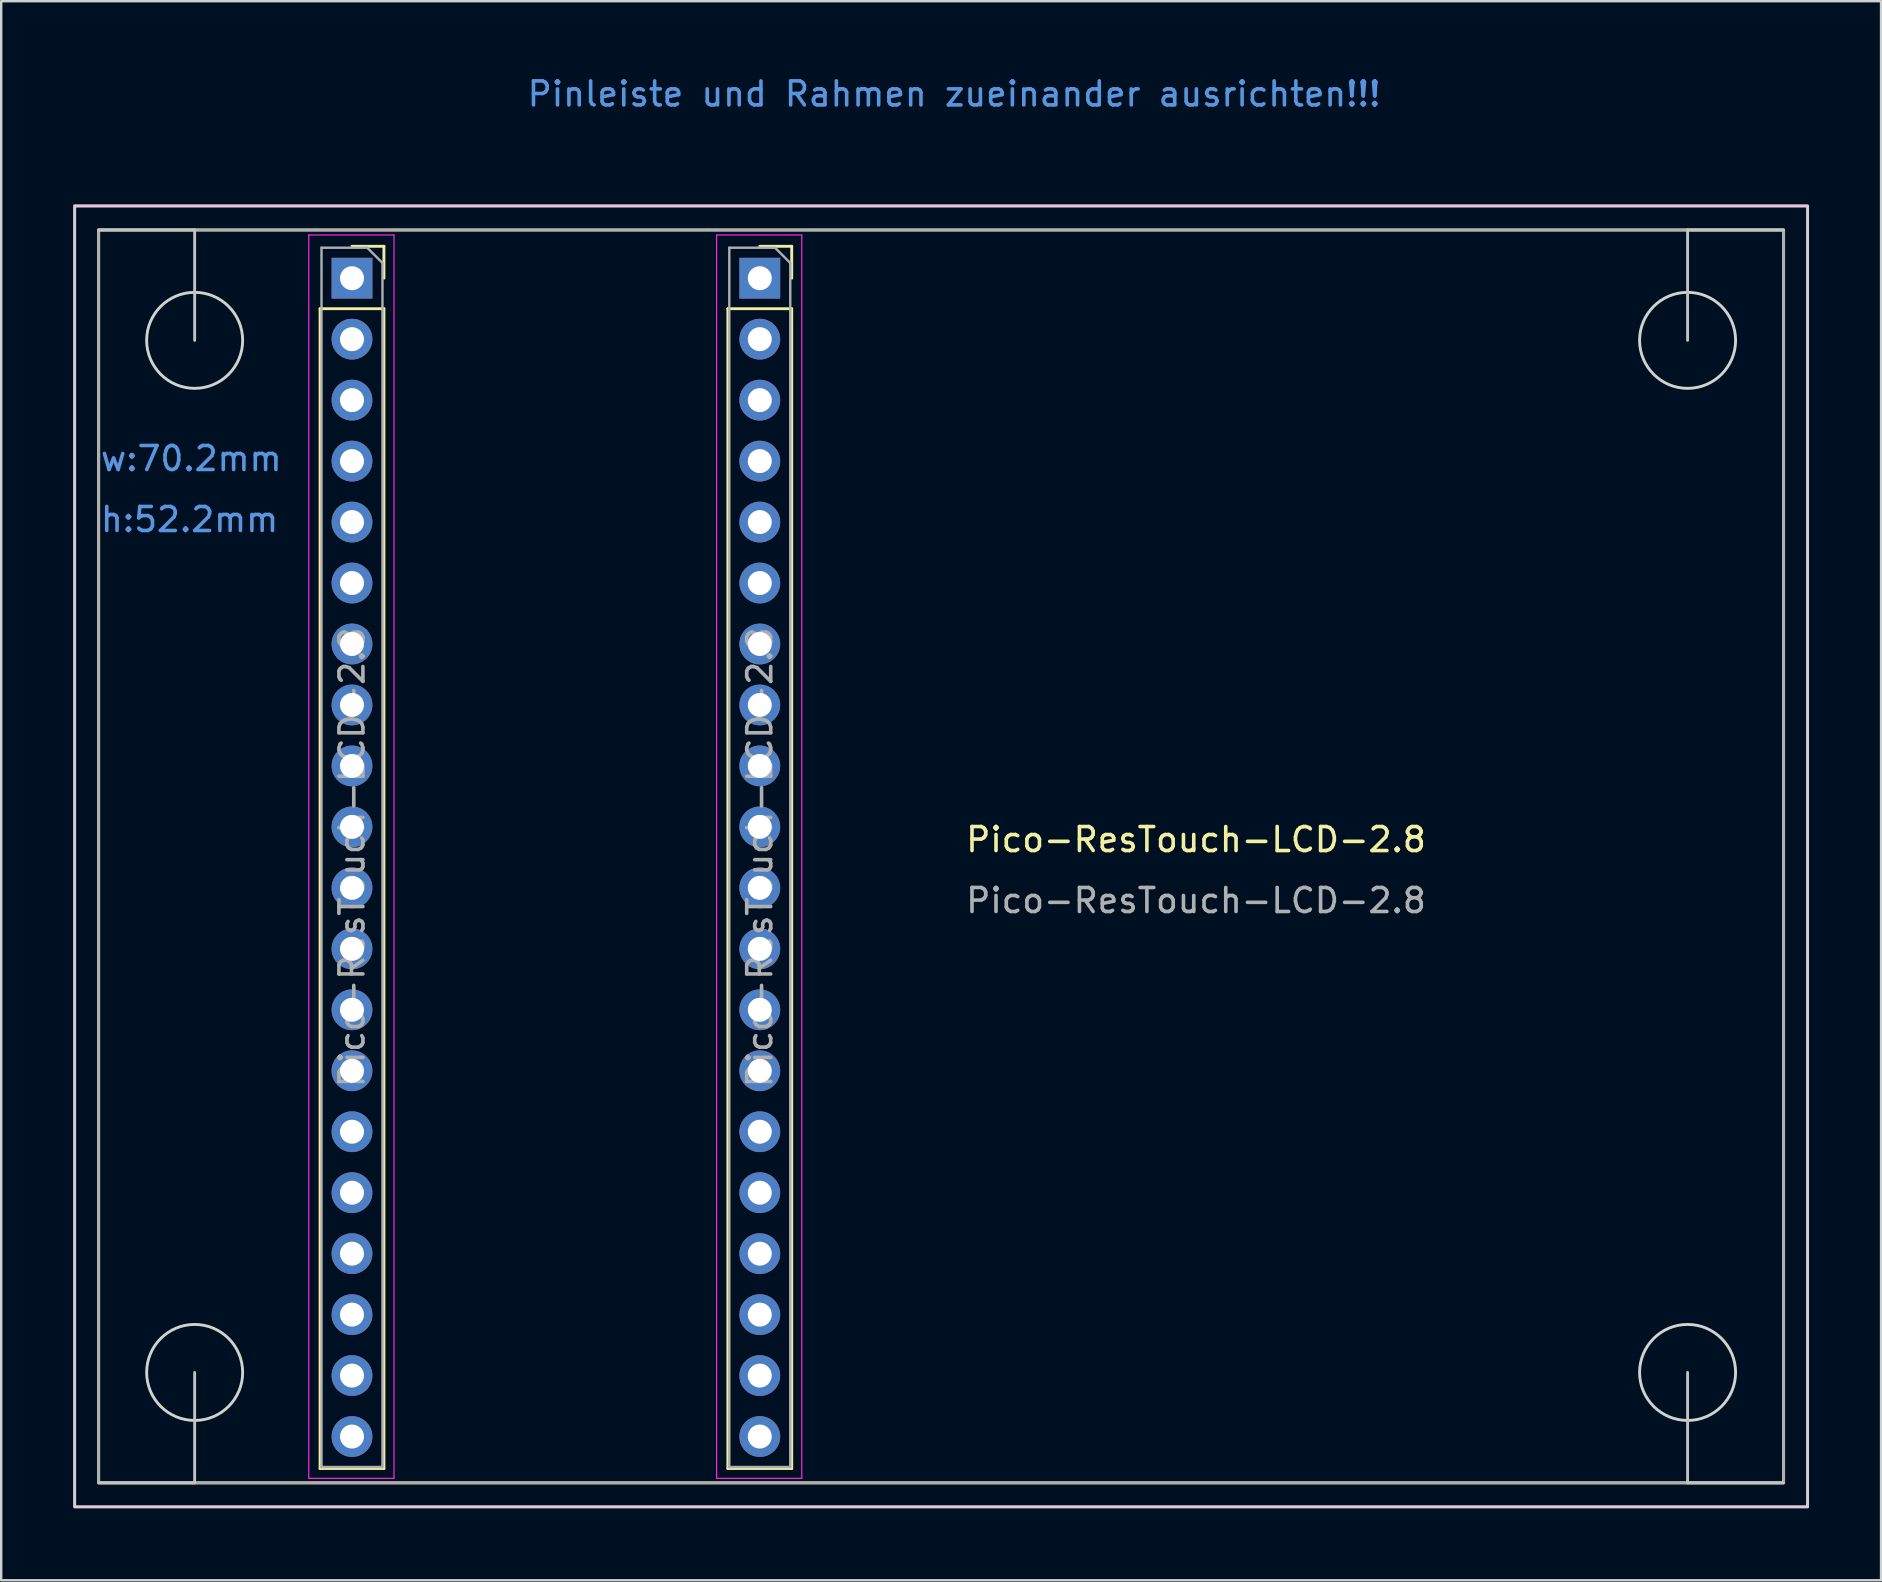
<source format=kicad_pcb>
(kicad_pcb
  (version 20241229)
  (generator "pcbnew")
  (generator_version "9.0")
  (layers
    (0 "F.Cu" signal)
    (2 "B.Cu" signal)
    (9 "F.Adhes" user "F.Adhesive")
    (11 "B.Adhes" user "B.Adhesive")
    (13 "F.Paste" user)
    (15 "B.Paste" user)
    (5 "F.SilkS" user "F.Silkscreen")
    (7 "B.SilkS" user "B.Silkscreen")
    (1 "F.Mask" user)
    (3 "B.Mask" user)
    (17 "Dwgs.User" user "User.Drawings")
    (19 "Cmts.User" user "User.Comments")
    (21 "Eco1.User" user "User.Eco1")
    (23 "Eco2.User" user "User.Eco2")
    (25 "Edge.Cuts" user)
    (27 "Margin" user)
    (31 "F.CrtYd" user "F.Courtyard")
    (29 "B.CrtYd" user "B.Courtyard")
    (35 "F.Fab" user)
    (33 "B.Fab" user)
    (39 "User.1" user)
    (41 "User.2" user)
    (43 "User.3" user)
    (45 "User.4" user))
  (footprint "Pico-ResTouch-LCD-2.8"
    (layer "F.Cu")
    (at 31.54 26.85)
    (property "Reference" "Pico-ResTouch-LCD-2.8" (at 15.24 5.08 0) (unlocked yes) (layer "F.SilkS") (effects (font (size 1 1) (thickness 0.15))))
    (attr through_hole)
    (fp_line (start -21.255 -17.039) (end -21.255 31.281) (stroke (width 0.12) (type solid)) (layer "F.SilkS"))
    (fp_line (start -21.255 -17.039) (end -18.595 -17.039) (stroke (width 0.12) (type solid)) (layer "F.SilkS"))
    (fp_line (start -21.255 31.281) (end -18.595 31.281) (stroke (width 0.12) (type solid)) (layer "F.SilkS"))
    (fp_line (start -19.925 -19.639) (end -18.595 -19.639) (stroke (width 0.12) (type solid)) (layer "F.SilkS"))
    (fp_line (start -18.595 -19.639) (end -18.595 -18.309) (stroke (width 0.12) (type solid)) (layer "F.SilkS"))
    (fp_line (start -18.595 -17.039) (end -18.595 31.281) (stroke (width 0.12) (type solid)) (layer "F.SilkS"))
    (fp_line (start -4.265 -17.039) (end -4.265 31.281) (stroke (width 0.12) (type solid)) (layer "F.SilkS"))
    (fp_line (start -4.265 -17.039) (end -1.605 -17.039) (stroke (width 0.12) (type solid)) (layer "F.SilkS"))
    (fp_line (start -4.265 31.281) (end -1.605 31.281) (stroke (width 0.12) (type solid)) (layer "F.SilkS"))
    (fp_line (start -2.935 -19.639) (end -1.605 -19.639) (stroke (width 0.12) (type solid)) (layer "F.SilkS"))
    (fp_line (start -1.605 -19.639) (end -1.605 -18.309) (stroke (width 0.12) (type solid)) (layer "F.SilkS"))
    (fp_line (start -1.605 -17.039) (end -1.605 31.281) (stroke (width 0.12) (type solid)) (layer "F.SilkS"))
    (fp_rect (start -30.48 -20.32) (end 39.72 31.88) (stroke (width 0.12) (type default)) (fill no) (layer "F.SilkS"))
    (fp_line (start -30.48 -20.32) (end -26.48 -20.32) (stroke (width 0.12) (type default)) (layer "Dwgs.User"))
    (fp_line (start -30.48 31.88) (end -26.48 31.88) (stroke (width 0.12) (type default)) (layer "Dwgs.User"))
    (fp_line (start -26.48 -20.32) (end -26.48 -15.72) (stroke (width 0.12) (type default)) (layer "Dwgs.User"))
    (fp_line (start -26.48 31.88) (end -26.48 27.28) (stroke (width 0.12) (type default)) (layer "Dwgs.User"))
    (fp_line (start 35.72 -20.32) (end 35.72 -15.72) (stroke (width 0.12) (type default)) (layer "Dwgs.User"))
    (fp_line (start 35.72 31.88) (end 35.72 27.28) (stroke (width 0.12) (type default)) (layer "Dwgs.User"))
    (fp_line (start 39.72 -20.32) (end 35.72 -20.32) (stroke (width 0.12) (type default)) (layer "Dwgs.User"))
    (fp_line (start 39.72 31.88) (end 35.72 31.88) (stroke (width 0.12) (type default)) (layer "Dwgs.User"))
    (fp_rect (start -31.48 -21.32) (end 40.72 32.88) (stroke (width 0.12) (type default)) (fill no) (layer "Edge.Cuts"))
    (fp_circle (center -26.48 -15.72) (end -24.48 -15.72) (stroke (width 0.12) (type default)) (fill no) (layer "Edge.Cuts"))
    (fp_circle (center -26.48 27.28) (end -24.48 27.28) (stroke (width 0.12) (type default)) (fill no) (layer "Edge.Cuts"))
    (fp_circle (center 35.72 -15.72) (end 37.72 -15.72) (stroke (width 0.12) (type default)) (fill no) (layer "Edge.Cuts"))
    (fp_circle (center 35.72 27.28) (end 37.72 27.28) (stroke (width 0.12) (type default)) (fill no) (layer "Edge.Cuts"))
    (fp_line (start -21.725 -20.109) (end -18.175 -20.109) (stroke (width 0.05) (type solid)) (layer "F.CrtYd"))
    (fp_line (start -21.725 31.691) (end -21.725 -20.109) (stroke (width 0.05) (type solid)) (layer "F.CrtYd"))
    (fp_line (start -18.175 -20.109) (end -18.175 31.691) (stroke (width 0.05) (type solid)) (layer "F.CrtYd"))
    (fp_line (start -18.175 31.691) (end -21.725 31.691) (stroke (width 0.05) (type solid)) (layer "F.CrtYd"))
    (fp_line (start -4.735 -20.109) (end -1.185 -20.109) (stroke (width 0.05) (type solid)) (layer "F.CrtYd"))
    (fp_line (start -4.735 31.691) (end -4.735 -20.109) (stroke (width 0.05) (type solid)) (layer "F.CrtYd"))
    (fp_line (start -1.185 -20.109) (end -1.185 31.691) (stroke (width 0.05) (type solid)) (layer "F.CrtYd"))
    (fp_line (start -1.185 31.691) (end -4.735 31.691) (stroke (width 0.05) (type solid)) (layer "F.CrtYd"))
    (fp_rect (start -31.48 -21.32) (end 40.72 32.88) (stroke (width 0.12) (type default)) (fill no) (layer "F.CrtYd"))
    (fp_line (start -21.195 -19.579) (end -19.29 -19.579) (stroke (width 0.1) (type solid)) (layer "F.Fab"))
    (fp_line (start -21.195 31.221) (end -21.195 -19.579) (stroke (width 0.1) (type solid)) (layer "F.Fab"))
    (fp_line (start -19.29 -19.579) (end -18.655 -18.944) (stroke (width 0.1) (type solid)) (layer "F.Fab"))
    (fp_line (start -18.655 -18.944) (end -18.655 31.221) (stroke (width 0.1) (type solid)) (layer "F.Fab"))
    (fp_line (start -18.655 31.221) (end -21.195 31.221) (stroke (width 0.1) (type solid)) (layer "F.Fab"))
    (fp_line (start -4.205 -19.579) (end -2.3 -19.579) (stroke (width 0.1) (type solid)) (layer "F.Fab"))
    (fp_line (start -4.205 31.221) (end -4.205 -19.579) (stroke (width 0.1) (type solid)) (layer "F.Fab"))
    (fp_line (start -2.3 -19.579) (end -1.665 -18.944) (stroke (width 0.1) (type solid)) (layer "F.Fab"))
    (fp_line (start -1.665 -18.944) (end -1.665 31.221) (stroke (width 0.1) (type solid)) (layer "F.Fab"))
    (fp_line (start -1.665 31.221) (end -4.205 31.221) (stroke (width 0.1) (type solid)) (layer "F.Fab"))
    (fp_rect (start -30.48 -20.32) (end 39.72 31.88) (stroke (width 0.12) (type default)) (fill no) (layer "F.Fab"))
    (fp_text user "w:70.2mm" (at -30.48 -10.21 0) (unlocked yes) (layer "Cmts.User") (effects (font (size 1 1) (thickness 0.15)) (justify left bottom)))
    (fp_text user "h:52.2mm" (at -30.48 -7.67 0) (unlocked yes) (layer "Cmts.User") (effects (font (size 1 1) (thickness 0.15)) (justify left bottom)))
    (fp_text user "Pinleiste und Rahmen zueinander ausrichten!!!" (at -12.7 -25.4 0) (unlocked yes) (layer "Cmts.User") (effects (font (size 1 1) (thickness 0.15)) (justify left bottom)))
    (fp_text user "${REFERENCE}" (at -2.935 5.821 90) (layer "F.Fab") (effects (font (size 1 1) (thickness 0.15))))
    (fp_text user "${REFERENCE}" (at -19.925 5.821 90) (layer "F.Fab") (effects (font (size 1 1) (thickness 0.15))))
    (fp_text user "${REFERENCE}" (at 15.24 7.62 0) (unlocked yes) (layer "F.Fab") (effects (font (size 1 1) (thickness 0.15))))
    (pad "1" thru_hole rect (at -19.925 -18.309) (size 1.7 1.7) (drill 1) (layers "*.Cu" "*.Mask"))
    (pad "1" thru_hole rect (at -2.935 -18.309) (size 1.7 1.7) (drill 1) (layers "*.Cu" "*.Mask"))
    (pad "2" thru_hole oval (at -19.925 -15.769) (size 1.7 1.7) (drill 1) (layers "*.Cu" "*.Mask"))
    (pad "2" thru_hole oval (at -2.935 -15.769) (size 1.7 1.7) (drill 1) (layers "*.Cu" "*.Mask"))
    (pad "3" thru_hole oval (at -19.925 -13.229) (size 1.7 1.7) (drill 1) (layers "*.Cu" "*.Mask"))
    (pad "3" thru_hole oval (at -2.935 -13.229) (size 1.7 1.7) (drill 1) (layers "*.Cu" "*.Mask"))
    (pad "4" thru_hole oval (at -19.925 -10.689) (size 1.7 1.7) (drill 1) (layers "*.Cu" "*.Mask"))
    (pad "4" thru_hole oval (at -2.935 -10.689) (size 1.7 1.7) (drill 1) (layers "*.Cu" "*.Mask"))
    (pad "5" thru_hole oval (at -19.925 -8.149) (size 1.7 1.7) (drill 1) (layers "*.Cu" "*.Mask"))
    (pad "5" thru_hole oval (at -2.935 -8.149) (size 1.7 1.7) (drill 1) (layers "*.Cu" "*.Mask"))
    (pad "6" thru_hole oval (at -19.925 -5.609) (size 1.7 1.7) (drill 1) (layers "*.Cu" "*.Mask"))
    (pad "6" thru_hole oval (at -2.935 -5.609) (size 1.7 1.7) (drill 1) (layers "*.Cu" "*.Mask"))
    (pad "7" thru_hole oval (at -19.925 -3.069) (size 1.7 1.7) (drill 1) (layers "*.Cu" "*.Mask"))
    (pad "7" thru_hole oval (at -2.935 -3.069) (size 1.7 1.7) (drill 1) (layers "*.Cu" "*.Mask"))
    (pad "8" thru_hole oval (at -19.925 -0.529) (size 1.7 1.7) (drill 1) (layers "*.Cu" "*.Mask"))
    (pad "8" thru_hole oval (at -2.935 -0.529) (size 1.7 1.7) (drill 1) (layers "*.Cu" "*.Mask"))
    (pad "9" thru_hole oval (at -19.925 2.011) (size 1.7 1.7) (drill 1) (layers "*.Cu" "*.Mask"))
    (pad "9" thru_hole oval (at -2.935 2.011) (size 1.7 1.7) (drill 1) (layers "*.Cu" "*.Mask"))
    (pad "10" thru_hole oval (at -19.925 4.551) (size 1.7 1.7) (drill 1) (layers "*.Cu" "*.Mask"))
    (pad "10" thru_hole oval (at -2.935 4.551) (size 1.7 1.7) (drill 1) (layers "*.Cu" "*.Mask"))
    (pad "11" thru_hole oval (at -19.925 7.091) (size 1.7 1.7) (drill 1) (layers "*.Cu" "*.Mask"))
    (pad "11" thru_hole oval (at -2.935 7.091) (size 1.7 1.7) (drill 1) (layers "*.Cu" "*.Mask"))
    (pad "12" thru_hole oval (at -19.925 9.631) (size 1.7 1.7) (drill 1) (layers "*.Cu" "*.Mask"))
    (pad "12" thru_hole oval (at -2.935 9.631) (size 1.7 1.7) (drill 1) (layers "*.Cu" "*.Mask"))
    (pad "13" thru_hole oval (at -19.925 12.171) (size 1.7 1.7) (drill 1) (layers "*.Cu" "*.Mask"))
    (pad "13" thru_hole oval (at -2.935 12.171) (size 1.7 1.7) (drill 1) (layers "*.Cu" "*.Mask"))
    (pad "14" thru_hole oval (at -19.925 14.711) (size 1.7 1.7) (drill 1) (layers "*.Cu" "*.Mask"))
    (pad "14" thru_hole oval (at -2.935 14.711) (size 1.7 1.7) (drill 1) (layers "*.Cu" "*.Mask"))
    (pad "15" thru_hole oval (at -19.925 17.251) (size 1.7 1.7) (drill 1) (layers "*.Cu" "*.Mask"))
    (pad "15" thru_hole oval (at -2.935 17.251) (size 1.7 1.7) (drill 1) (layers "*.Cu" "*.Mask"))
    (pad "16" thru_hole oval (at -19.925 19.791) (size 1.7 1.7) (drill 1) (layers "*.Cu" "*.Mask"))
    (pad "16" thru_hole oval (at -2.935 19.791) (size 1.7 1.7) (drill 1) (layers "*.Cu" "*.Mask"))
    (pad "17" thru_hole oval (at -19.925 22.331) (size 1.7 1.7) (drill 1) (layers "*.Cu" "*.Mask"))
    (pad "17" thru_hole oval (at -2.935 22.331) (size 1.7 1.7) (drill 1) (layers "*.Cu" "*.Mask"))
    (pad "18" thru_hole oval (at -19.925 24.871) (size 1.7 1.7) (drill 1) (layers "*.Cu" "*.Mask"))
    (pad "18" thru_hole oval (at -2.935 24.871) (size 1.7 1.7) (drill 1) (layers "*.Cu" "*.Mask"))
    (pad "19" thru_hole oval (at -19.925 27.411) (size 1.7 1.7) (drill 1) (layers "*.Cu" "*.Mask"))
    (pad "19" thru_hole oval (at -2.935 27.411) (size 1.7 1.7) (drill 1) (layers "*.Cu" "*.Mask"))
    (pad "20" thru_hole oval (at -19.925 29.951) (size 1.7 1.7) (drill 1) (layers "*.Cu" "*.Mask"))
    (pad "20" thru_hole oval (at -2.935 29.951) (size 1.7 1.7) (drill 1) (layers "*.Cu" "*.Mask")))
  (gr_rect
    (start -3 -3)
    (end 75.32 62.79)
    (stroke (width 0.1) (type default))
    (fill no)
    (layer "Edge.Cuts")))
</source>
